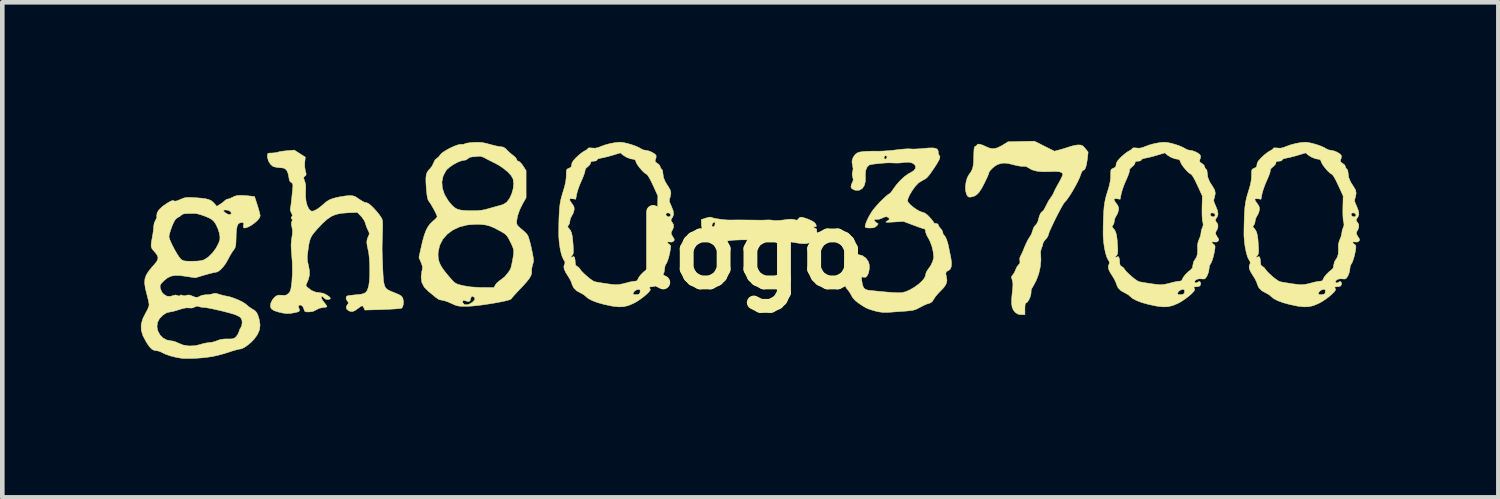
<source format=kicad_pcb>
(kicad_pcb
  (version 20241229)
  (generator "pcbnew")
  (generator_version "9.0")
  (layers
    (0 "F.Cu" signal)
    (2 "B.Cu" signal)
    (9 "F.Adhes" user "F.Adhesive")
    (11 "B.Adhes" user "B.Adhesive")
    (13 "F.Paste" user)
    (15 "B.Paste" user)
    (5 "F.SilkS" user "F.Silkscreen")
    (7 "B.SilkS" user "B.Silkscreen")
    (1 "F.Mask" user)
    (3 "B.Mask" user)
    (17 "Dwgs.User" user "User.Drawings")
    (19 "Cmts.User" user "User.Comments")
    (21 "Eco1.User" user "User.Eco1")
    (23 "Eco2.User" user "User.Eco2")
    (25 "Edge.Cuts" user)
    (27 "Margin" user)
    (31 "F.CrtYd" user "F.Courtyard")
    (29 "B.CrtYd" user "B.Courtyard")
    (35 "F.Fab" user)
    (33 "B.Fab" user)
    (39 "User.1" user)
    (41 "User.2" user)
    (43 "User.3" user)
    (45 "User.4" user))
  (footprint "logo"
    (layer "F.Cu")
    (at 13.19 2.372)
    (property "Reference" "logo" (at 0 0 0) (layer "F.SilkS") (effects (font (size 1.524 1.524) (thickness 0.3))))
    (attr through_hole)
    (fp_poly (pts (xy 1.144 -0.714) (xy 1.214 -0.692) (xy 1.287 -0.662) (xy 1.351 -0.63) (xy 1.389 -0.603) (xy 1.417 -0.566) (xy 1.426 -0.532) (xy 1.416 -0.513) (xy 1.397 -0.515) (xy 1.372 -0.516) (xy 1.368 -0.509) (xy 1.384 -0.489) (xy 1.407 -0.479) (xy 1.435 -0.463) (xy 1.437 -0.451) (xy 1.435 -0.423) (xy 1.444 -0.377) (xy 1.445 -0.373) (xy 1.453 -0.33) (xy 1.442 -0.294) (xy 1.408 -0.249) (xy 1.406 -0.246) (xy 1.357 -0.202) (xy 1.308 -0.174) (xy 1.294 -0.17) (xy 1.239 -0.159) (xy 1.202 -0.15) (xy 1.162 -0.148) (xy 1.099 -0.152) (xy 1.045 -0.159) (xy 0.955 -0.173) (xy 0.856 -0.189) (xy 0.811 -0.197) (xy 0.737 -0.206) (xy 0.634 -0.214) (xy 0.509 -0.221) (xy 0.368 -0.226) (xy 0.219 -0.23) (xy 0.068 -0.232) (xy -0.076 -0.232) (xy -0.208 -0.231) (xy -0.32 -0.227) (xy -0.405 -0.222) (xy -0.445 -0.216) (xy -0.497 -0.208) (xy -0.521 -0.213) (xy -0.527 -0.232) (xy -0.528 -0.237) (xy -0.542 -0.265) (xy -0.574 -0.273) (xy -0.608 -0.26) (xy -0.619 -0.246) (xy -0.65 -0.227) (xy -0.718 -0.215) (xy -0.766 -0.212) (xy -0.839 -0.21) (xy -0.887 -0.216) (xy -0.92 -0.231) (xy -0.946 -0.253) (xy -1.002 -0.328) (xy -1.041 -0.431) (xy -1.059 -0.547) (xy -0.834 -0.547) (xy -0.829 -0.525) (xy -0.805 -0.51) (xy -0.782 -0.527) (xy -0.766 -0.568) (xy -0.766 -0.573) (xy -0.766 -0.61) (xy -0.783 -0.616) (xy -0.789 -0.614) (xy -0.821 -0.586) (xy -0.834 -0.547) (xy -1.059 -0.547) (xy -1.06 -0.55) (xy -1.06 -0.564) (xy -1.065 -0.669) (xy -0.963 -0.703) (xy -0.896 -0.721) (xy -0.853 -0.723) (xy -0.843 -0.718) (xy -0.816 -0.707) (xy -0.759 -0.694) (xy -0.685 -0.682) (xy -0.604 -0.671) (xy -0.525 -0.663) (xy -0.46 -0.661) (xy -0.449 -0.661) (xy -0.392 -0.661) (xy -0.306 -0.662) (xy -0.202 -0.662) (xy -0.088 -0.661) (xy 0.024 -0.66) (xy 0.124 -0.659) (xy 0.176 -0.658) (xy 0.253 -0.658) (xy 0.322 -0.66) (xy 0.361 -0.662) (xy 0.421 -0.662) (xy 0.489 -0.655) (xy 0.495 -0.653) (xy 0.553 -0.649) (xy 0.635 -0.653) (xy 0.726 -0.663) (xy 0.732 -0.664) (xy 0.829 -0.677) (xy 0.898 -0.679) (xy 0.949 -0.67) (xy 0.955 -0.668) (xy 0.999 -0.657) (xy 1.023 -0.665) (xy 1.036 -0.685) (xy 1.068 -0.716) (xy 1.094 -0.723) (xy 1.144 -0.714)) (stroke (width 0.01) (type solid)) (fill yes) (layer "F.SilkS"))
    (fp_poly (pts (xy 6.363 -2.258) (xy 6.579 -2.15) (xy 6.684 -2.178) (xy 6.765 -2.201) (xy 6.856 -2.229) (xy 6.905 -2.246) (xy 6.983 -2.268) (xy 7.06 -2.283) (xy 7.102 -2.286) (xy 7.155 -2.282) (xy 7.194 -2.264) (xy 7.234 -2.223) (xy 7.246 -2.209) (xy 7.308 -2.131) (xy 7.291 -1.978) (xy 7.273 -1.864) (xy 7.251 -1.787) (xy 7.224 -1.746) (xy 7.202 -1.739) (xy 7.182 -1.722) (xy 7.16 -1.679) (xy 7.152 -1.656) (xy 7.123 -1.578) (xy 7.078 -1.482) (xy 7.022 -1.377) (xy 6.962 -1.272) (xy 6.901 -1.176) (xy 6.845 -1.097) (xy 6.8 -1.046) (xy 6.8 -1.046) (xy 6.777 -1.016) (xy 6.743 -0.958) (xy 6.7 -0.88) (xy 6.651 -0.787) (xy 6.601 -0.689) (xy 6.553 -0.59) (xy 6.51 -0.498) (xy 6.476 -0.421) (xy 6.454 -0.365) (xy 6.448 -0.34) (xy 6.434 -0.302) (xy 6.401 -0.256) (xy 6.389 -0.244) (xy 6.352 -0.2) (xy 6.332 -0.16) (xy 6.33 -0.152) (xy 6.322 -0.109) (xy 6.301 -0.058) (xy 6.3 -0.057) (xy 6.279 0.022) (xy 6.282 0.084) (xy 6.287 0.211) (xy 6.272 0.355) (xy 6.24 0.499) (xy 6.192 0.629) (xy 6.183 0.648) (xy 6.147 0.718) (xy 6.115 0.777) (xy 6.093 0.814) (xy 6.089 0.818) (xy 6.075 0.856) (xy 6.074 0.902) (xy 6.069 0.951) (xy 6.051 1.011) (xy 6.025 1.069) (xy 5.995 1.114) (xy 5.969 1.133) (xy 5.967 1.133) (xy 5.952 1.143) (xy 5.943 1.178) (xy 5.94 1.244) (xy 5.94 1.26) (xy 5.94 1.387) (xy 5.86 1.387) (xy 5.793 1.378) (xy 5.739 1.345) (xy 5.725 1.332) (xy 5.687 1.283) (xy 5.663 1.223) (xy 5.652 1.146) (xy 5.653 1.044) (xy 5.665 0.917) (xy 5.676 0.816) (xy 5.68 0.745) (xy 5.678 0.693) (xy 5.669 0.651) (xy 5.665 0.638) (xy 5.65 0.589) (xy 5.654 0.557) (xy 5.679 0.524) (xy 5.68 0.523) (xy 5.713 0.474) (xy 5.741 0.412) (xy 5.743 0.405) (xy 5.768 0.351) (xy 5.799 0.31) (xy 5.805 0.306) (xy 5.831 0.276) (xy 5.832 0.231) (xy 5.83 0.218) (xy 5.828 0.163) (xy 5.84 0.129) (xy 5.857 0.1) (xy 5.883 0.044) (xy 5.914 -0.029) (xy 5.928 -0.066) (xy 5.964 -0.148) (xy 6.001 -0.224) (xy 6.034 -0.279) (xy 6.043 -0.292) (xy 6.08 -0.352) (xy 6.104 -0.421) (xy 6.105 -0.427) (xy 6.128 -0.494) (xy 6.165 -0.544) (xy 6.203 -0.591) (xy 6.224 -0.639) (xy 6.25 -0.738) (xy 6.276 -0.802) (xy 6.305 -0.837) (xy 6.31 -0.84) (xy 6.344 -0.871) (xy 6.368 -0.913) (xy 6.451 -1.074) (xy 6.51 -1.161) (xy 6.542 -1.209) (xy 6.562 -1.246) (xy 6.565 -1.256) (xy 6.574 -1.28) (xy 6.599 -1.33) (xy 6.635 -1.397) (xy 6.663 -1.446) (xy 6.704 -1.521) (xy 6.737 -1.587) (xy 6.757 -1.633) (xy 6.76 -1.649) (xy 6.743 -1.683) (xy 6.691 -1.704) (xy 6.603 -1.712) (xy 6.479 -1.708) (xy 6.478 -1.708) (xy 6.324 -1.705) (xy 6.192 -1.719) (xy 6.087 -1.749) (xy 6.023 -1.787) (xy 5.965 -1.82) (xy 5.908 -1.822) (xy 5.86 -1.823) (xy 5.789 -1.834) (xy 5.71 -1.852) (xy 5.702 -1.854) (xy 5.588 -1.882) (xy 5.499 -1.893) (xy 5.424 -1.886) (xy 5.353 -1.863) (xy 5.343 -1.859) (xy 5.286 -1.824) (xy 5.23 -1.777) (xy 5.185 -1.728) (xy 5.16 -1.685) (xy 5.158 -1.674) (xy 5.15 -1.648) (xy 5.128 -1.595) (xy 5.094 -1.524) (xy 5.059 -1.451) (xy 5 -1.34) (xy 4.947 -1.261) (xy 4.896 -1.208) (xy 4.84 -1.175) (xy 4.779 -1.159) (xy 4.732 -1.156) (xy 4.704 -1.172) (xy 4.679 -1.212) (xy 4.657 -1.288) (xy 4.653 -1.383) (xy 4.666 -1.484) (xy 4.693 -1.577) (xy 4.73 -1.643) (xy 4.771 -1.701) (xy 4.8 -1.758) (xy 4.818 -1.823) (xy 4.828 -1.906) (xy 4.832 -2.017) (xy 4.832 -2.037) (xy 4.835 -2.132) (xy 4.839 -2.194) (xy 4.846 -2.232) (xy 4.857 -2.251) (xy 4.87 -2.258) (xy 4.899 -2.276) (xy 4.904 -2.287) (xy 4.92 -2.304) (xy 4.963 -2.301) (xy 5.027 -2.281) (xy 5.085 -2.254) (xy 5.178 -2.215) (xy 5.26 -2.204) (xy 5.341 -2.222) (xy 5.435 -2.268) (xy 5.452 -2.278) (xy 5.575 -2.354) (xy 5.861 -2.361) (xy 6.146 -2.367) (xy 6.363 -2.258)) (stroke (width 0.01) (type solid)) (fill yes) (layer "F.SilkS"))
    (fp_poly (pts (xy -5.804 -2.337) (xy -5.72 -2.32) (xy -5.638 -2.298) (xy -5.552 -2.275) (xy -5.473 -2.257) (xy -5.414 -2.248) (xy -5.398 -2.247) (xy -5.343 -2.237) (xy -5.294 -2.202) (xy -5.276 -2.182) (xy -5.222 -2.129) (xy -5.158 -2.075) (xy -5.139 -2.062) (xy -5.092 -2.022) (xy -5.064 -1.984) (xy -5.06 -1.971) (xy -5.045 -1.94) (xy -5.023 -1.934) (xy -4.989 -1.917) (xy -4.945 -1.867) (xy -4.921 -1.832) (xy -4.855 -1.73) (xy -4.855 -1.143) (xy -4.93 -1.011) (xy -4.994 -0.881) (xy -5.038 -0.754) (xy -5.059 -0.64) (xy -5.06 -0.611) (xy -5.055 -0.572) (xy -5.035 -0.537) (xy -4.994 -0.496) (xy -4.958 -0.467) (xy -4.899 -0.417) (xy -4.848 -0.367) (xy -4.822 -0.334) (xy -4.805 -0.295) (xy -4.784 -0.227) (xy -4.76 -0.139) (xy -4.738 -0.041) (xy -4.736 -0.031) (xy -4.715 0.072) (xy -4.701 0.146) (xy -4.695 0.198) (xy -4.696 0.237) (xy -4.703 0.272) (xy -4.715 0.31) (xy -4.731 0.376) (xy -4.737 0.435) (xy -4.735 0.453) (xy -4.735 0.496) (xy -4.752 0.546) (xy -4.789 0.608) (xy -4.85 0.685) (xy -4.936 0.781) (xy -4.993 0.84) (xy -5.06 0.911) (xy -5.117 0.973) (xy -5.158 1.02) (xy -5.178 1.046) (xy -5.179 1.048) (xy -5.202 1.062) (xy -5.257 1.078) (xy -5.338 1.098) (xy -5.439 1.118) (xy -5.554 1.139) (xy -5.675 1.158) (xy -5.798 1.176) (xy -5.915 1.191) (xy -6.02 1.201) (xy -6.108 1.207) (xy -6.135 1.208) (xy -6.229 1.207) (xy -6.297 1.204) (xy -6.35 1.194) (xy -6.4 1.177) (xy -6.461 1.149) (xy -6.477 1.142) (xy -6.551 1.109) (xy -6.614 1.088) (xy -6.228 1.088) (xy -6.226 1.122) (xy -6.223 1.132) (xy -6.195 1.165) (xy -6.147 1.174) (xy -6.087 1.161) (xy -6.026 1.125) (xy -6.013 1.115) (xy -5.974 1.075) (xy -5.962 1.047) (xy -5.971 1.022) (xy -6.004 0.991) (xy -6.035 0.994) (xy -6.053 1.031) (xy -6.054 1.036) (xy -6.067 1.086) (xy -6.094 1.104) (xy -6.144 1.095) (xy -6.152 1.092) (xy -6.205 1.079) (xy -6.228 1.088) (xy -6.614 1.088) (xy -6.622 1.085) (xy -6.673 1.075) (xy -6.677 1.075) (xy -6.742 1.06) (xy -6.812 1.012) (xy -6.814 1.01) (xy -6.876 0.958) (xy -6.946 0.901) (xy -6.971 0.881) (xy -7.059 0.792) (xy -7.111 0.691) (xy -7.127 0.574) (xy -7.112 0.458) (xy -7.099 0.394) (xy -7.098 0.346) (xy -7.113 0.295) (xy -7.13 0.253) (xy -7.174 0.151) (xy -7.162 0.095) (xy -6.76 0.095) (xy -6.755 0.172) (xy -6.737 0.245) (xy -6.705 0.319) (xy -6.654 0.4) (xy -6.581 0.495) (xy -6.484 0.608) (xy -6.448 0.648) (xy -6.409 0.687) (xy -6.369 0.714) (xy -6.317 0.735) (xy -6.241 0.754) (xy -6.213 0.761) (xy -6.051 0.787) (xy -5.858 0.799) (xy -5.799 0.799) (xy -5.55 0.801) (xy -5.52 0.743) (xy -5.485 0.699) (xy -5.431 0.653) (xy -5.401 0.633) (xy -5.315 0.565) (xy -5.234 0.465) (xy -5.195 0.403) (xy -5.182 0.368) (xy -5.167 0.306) (xy -5.151 0.229) (xy -5.137 0.148) (xy -5.126 0.075) (xy -5.125 0.059) (xy -5.123 0.008) (xy -5.132 -0.041) (xy -5.154 -0.101) (xy -5.193 -0.183) (xy -5.195 -0.186) (xy -5.233 -0.26) (xy -5.264 -0.311) (xy -5.298 -0.348) (xy -5.345 -0.382) (xy -5.415 -0.422) (xy -5.436 -0.433) (xy -5.547 -0.492) (xy -5.642 -0.531) (xy -5.733 -0.554) (xy -5.834 -0.566) (xy -5.944 -0.568) (xy -6.128 -0.554) (xy -6.294 -0.512) (xy -6.44 -0.444) (xy -6.562 -0.354) (xy -6.658 -0.244) (xy -6.724 -0.115) (xy -6.757 0.028) (xy -6.76 0.095) (xy -7.162 0.095) (xy -7.131 -0.046) (xy -7.094 -0.209) (xy -7.057 -0.338) (xy -7.018 -0.441) (xy -6.974 -0.522) (xy -6.923 -0.588) (xy -6.862 -0.645) (xy -6.848 -0.656) (xy -6.806 -0.694) (xy -6.782 -0.726) (xy -6.78 -0.734) (xy -6.789 -0.766) (xy -6.814 -0.82) (xy -6.848 -0.887) (xy -6.887 -0.956) (xy -6.924 -1.018) (xy -6.954 -1.061) (xy -6.959 -1.066) (xy -6.975 -1.093) (xy -6.989 -1.137) (xy -7 -1.203) (xy -7.01 -1.299) (xy -7.015 -1.354) (xy -7.023 -1.478) (xy -7.023 -1.486) (xy -6.677 -1.486) (xy -6.667 -1.353) (xy -6.622 -1.216) (xy -6.542 -1.08) (xy -6.476 -1) (xy -6.425 -0.948) (xy -6.375 -0.911) (xy -6.317 -0.886) (xy -6.244 -0.872) (xy -6.146 -0.864) (xy -6.035 -0.862) (xy -5.923 -0.863) (xy -5.833 -0.87) (xy -5.749 -0.885) (xy -5.654 -0.911) (xy -5.566 -0.936) (xy -5.483 -0.959) (xy -5.418 -0.976) (xy -5.402 -0.98) (xy -5.337 -1.005) (xy -5.278 -1.043) (xy -5.272 -1.049) (xy -5.213 -1.126) (xy -5.166 -1.227) (xy -5.135 -1.338) (xy -5.123 -1.447) (xy -5.135 -1.541) (xy -5.137 -1.549) (xy -5.176 -1.62) (xy -5.246 -1.697) (xy -5.339 -1.775) (xy -5.449 -1.849) (xy -5.53 -1.892) (xy -5.612 -1.933) (xy -5.689 -1.972) (xy -5.748 -2.004) (xy -5.764 -2.013) (xy -5.839 -2.041) (xy -5.888 -2.04) (xy -5.947 -2.032) (xy -6.014 -2.028) (xy -6.014 -2.028) (xy -6.081 -2.016) (xy -6.111 -1.991) (xy -6.154 -1.961) (xy -6.197 -1.954) (xy -6.261 -1.941) (xy -6.341 -1.909) (xy -6.427 -1.862) (xy -6.507 -1.808) (xy -6.569 -1.754) (xy -6.587 -1.732) (xy -6.65 -1.614) (xy -6.677 -1.486) (xy -7.023 -1.486) (xy -7.023 -1.572) (xy -7.015 -1.642) (xy -6.995 -1.696) (xy -6.963 -1.742) (xy -6.929 -1.777) (xy -6.888 -1.83) (xy -6.859 -1.892) (xy -6.858 -1.895) (xy -6.827 -1.96) (xy -6.789 -1.993) (xy -6.743 -2.031) (xy -6.716 -2.068) (xy -6.684 -2.104) (xy -6.624 -2.147) (xy -6.548 -2.192) (xy -6.463 -2.235) (xy -6.38 -2.27) (xy -6.31 -2.293) (xy -6.26 -2.299) (xy -6.259 -2.299) (xy -6.21 -2.298) (xy -6.177 -2.311) (xy -6.177 -2.311) (xy -6.148 -2.322) (xy -6.091 -2.331) (xy -6.016 -2.339) (xy -5.984 -2.341) (xy -5.886 -2.343) (xy -5.804 -2.337)) (stroke (width 0.01) (type solid)) (fill yes) (layer "F.SilkS"))
    (fp_poly (pts (xy -9.752 -2.098) (xy -9.633 -2.022) (xy -9.644 -1.913) (xy -9.646 -1.815) (xy -9.632 -1.726) (xy -9.63 -1.72) (xy -9.616 -1.666) (xy -9.617 -1.636) (xy -9.634 -1.615) (xy -9.642 -1.61) (xy -9.663 -1.591) (xy -9.668 -1.568) (xy -9.656 -1.528) (xy -9.647 -1.504) (xy -9.627 -1.432) (xy -9.623 -1.345) (xy -9.626 -1.294) (xy -9.628 -1.175) (xy -9.616 -1.064) (xy -9.59 -0.968) (xy -9.555 -0.899) (xy -9.543 -0.886) (xy -9.511 -0.857) (xy -9.483 -0.85) (xy -9.443 -0.862) (xy -9.425 -0.869) (xy -9.37 -0.9) (xy -9.306 -0.946) (xy -9.261 -0.985) (xy -9.19 -1.047) (xy -9.124 -1.091) (xy -9.052 -1.122) (xy -8.961 -1.147) (xy -8.892 -1.161) (xy -8.77 -1.181) (xy -8.678 -1.19) (xy -8.61 -1.186) (xy -8.558 -1.17) (xy -8.536 -1.158) (xy -8.454 -1.103) (xy -8.397 -1.067) (xy -8.358 -1.047) (xy -8.329 -1.037) (xy -8.308 -1.036) (xy -8.272 -1.021) (xy -8.219 -0.981) (xy -8.157 -0.921) (xy -8.092 -0.85) (xy -8.03 -0.773) (xy -8.007 -0.739) (xy -7.987 -0.709) (xy -7.973 -0.681) (xy -7.964 -0.649) (xy -7.96 -0.605) (xy -7.959 -0.542) (xy -7.961 -0.453) (xy -7.963 -0.365) (xy -7.966 -0.256) (xy -7.969 -0.17) (xy -7.97 -0.101) (xy -7.971 -0.039) (xy -7.97 0.023) (xy -7.968 0.095) (xy -7.965 0.184) (xy -7.96 0.298) (xy -7.957 0.385) (xy -7.95 0.526) (xy -7.942 0.635) (xy -7.93 0.715) (xy -7.913 0.774) (xy -7.887 0.816) (xy -7.85 0.847) (xy -7.801 0.873) (xy -7.755 0.892) (xy -7.665 0.928) (xy -7.604 0.955) (xy -7.566 0.977) (xy -7.543 0.998) (xy -7.528 1.023) (xy -7.522 1.036) (xy -7.509 1.096) (xy -7.512 1.163) (xy -7.528 1.22) (xy -7.547 1.246) (xy -7.573 1.252) (xy -7.632 1.259) (xy -7.717 1.265) (xy -7.823 1.271) (xy -7.941 1.276) (xy -7.958 1.277) (xy -8.344 1.288) (xy -8.366 1.24) (xy -8.384 1.206) (xy -8.404 1.196) (xy -8.434 1.209) (xy -8.484 1.246) (xy -8.488 1.25) (xy -8.557 1.298) (xy -8.61 1.32) (xy -8.658 1.317) (xy -8.689 1.305) (xy -8.737 1.268) (xy -8.749 1.221) (xy -8.723 1.171) (xy -8.7 1.14) (xy -8.705 1.116) (xy -8.721 1.097) (xy -8.749 1.049) (xy -8.748 1.006) (xy -8.73 0.984) (xy -8.7 0.976) (xy -8.642 0.968) (xy -8.567 0.96) (xy -8.535 0.957) (xy -8.433 0.947) (xy -8.363 0.929) (xy -8.317 0.899) (xy -8.287 0.851) (xy -8.265 0.779) (xy -8.261 0.765) (xy -8.248 0.676) (xy -8.24 0.561) (xy -8.238 0.429) (xy -8.24 0.293) (xy -8.248 0.165) (xy -8.26 0.054) (xy -8.272 -0.006) (xy -8.293 -0.101) (xy -8.302 -0.171) (xy -8.298 -0.225) (xy -8.283 -0.276) (xy -8.271 -0.302) (xy -8.251 -0.348) (xy -8.25 -0.382) (xy -8.267 -0.423) (xy -8.278 -0.444) (xy -8.308 -0.51) (xy -8.329 -0.576) (xy -8.331 -0.586) (xy -8.356 -0.649) (xy -8.406 -0.719) (xy -8.424 -0.74) (xy -8.505 -0.825) (xy -8.712 -0.817) (xy -8.854 -0.806) (xy -8.969 -0.782) (xy -9.067 -0.741) (xy -9.161 -0.677) (xy -9.26 -0.587) (xy -9.294 -0.552) (xy -9.381 -0.459) (xy -9.445 -0.385) (xy -9.491 -0.322) (xy -9.522 -0.261) (xy -9.543 -0.195) (xy -9.559 -0.115) (xy -9.57 -0.038) (xy -9.583 0.06) (xy -9.59 0.131) (xy -9.59 0.187) (xy -9.584 0.239) (xy -9.57 0.3) (xy -9.565 0.321) (xy -9.543 0.439) (xy -9.544 0.537) (xy -9.569 0.632) (xy -9.593 0.687) (xy -9.614 0.734) (xy -9.617 0.762) (xy -9.6 0.784) (xy -9.586 0.797) (xy -9.497 0.865) (xy -9.41 0.9) (xy -9.339 0.909) (xy -9.242 0.925) (xy -9.165 0.964) (xy -9.11 1.004) (xy -9.089 1.032) (xy -9.101 1.05) (xy -9.136 1.06) (xy -9.186 1.056) (xy -9.231 1.022) (xy -9.262 0.992) (xy -9.279 0.991) (xy -9.287 1.004) (xy -9.282 1.038) (xy -9.251 1.089) (xy -9.231 1.115) (xy -9.193 1.163) (xy -9.169 1.2) (xy -9.164 1.213) (xy -9.181 1.224) (xy -9.224 1.231) (xy -9.241 1.231) (xy -9.334 1.25) (xy -9.39 1.28) (xy -9.468 1.318) (xy -9.555 1.329) (xy -9.612 1.327) (xy -9.642 1.317) (xy -9.656 1.292) (xy -9.661 1.271) (xy -9.686 1.212) (xy -9.723 1.18) (xy -9.761 1.18) (xy -9.783 1.204) (xy -9.779 1.226) (xy -9.76 1.277) (xy -9.76 1.307) (xy -9.786 1.325) (xy -9.842 1.34) (xy -9.862 1.344) (xy -9.952 1.36) (xy -10.028 1.364) (xy -10.105 1.355) (xy -10.201 1.334) (xy -10.217 1.33) (xy -10.307 1.301) (xy -10.363 1.265) (xy -10.387 1.219) (xy -10.384 1.157) (xy -10.377 1.134) (xy -10.346 1.069) (xy -10.3 1.012) (xy -10.294 1.007) (xy -10.25 0.976) (xy -10.206 0.964) (xy -10.144 0.967) (xy -10.143 0.967) (xy -10.081 0.971) (xy -10.039 0.96) (xy -10 0.931) (xy -9.976 0.905) (xy -9.958 0.873) (xy -9.945 0.828) (xy -9.934 0.759) (xy -9.924 0.683) (xy -9.912 0.483) (xy -9.915 0.254) (xy -9.935 -0.002) (xy -9.938 -0.027) (xy -9.941 -0.131) (xy -9.93 -0.245) (xy -9.925 -0.278) (xy -9.911 -0.366) (xy -9.91 -0.432) (xy -9.92 -0.493) (xy -9.922 -0.501) (xy -9.935 -0.569) (xy -9.93 -0.616) (xy -9.924 -0.629) (xy -9.912 -0.665) (xy -9.927 -0.685) (xy -9.942 -0.703) (xy -9.927 -0.731) (xy -9.927 -0.731) (xy -9.912 -0.759) (xy -9.922 -0.792) (xy -9.935 -0.813) (xy -9.959 -0.879) (xy -9.955 -0.916) (xy -9.947 -0.961) (xy -9.937 -1.038) (xy -9.926 -1.143) (xy -9.913 -1.268) (xy -9.901 -1.397) (xy -9.906 -1.445) (xy -9.935 -1.472) (xy -9.938 -1.474) (xy -9.966 -1.496) (xy -9.982 -1.539) (xy -9.989 -1.588) (xy -10.003 -1.657) (xy -10.026 -1.718) (xy -10.037 -1.735) (xy -10.068 -1.768) (xy -10.107 -1.785) (xy -10.168 -1.792) (xy -10.182 -1.793) (xy -10.25 -1.8) (xy -10.31 -1.813) (xy -10.332 -1.821) (xy -10.387 -1.868) (xy -10.43 -1.938) (xy -10.452 -2.017) (xy -10.453 -2.039) (xy -10.451 -2.083) (xy -10.439 -2.104) (xy -10.405 -2.11) (xy -10.366 -2.11) (xy -10.3 -2.115) (xy -10.241 -2.125) (xy -10.23 -2.129) (xy -10.186 -2.14) (xy -10.117 -2.151) (xy -10.037 -2.16) (xy -10.025 -2.161) (xy -9.871 -2.174) (xy -9.752 -2.098)) (stroke (width 0.01) (type solid)) (fill yes) (layer "F.SilkS"))
    (fp_poly (pts (xy 4.011 -2.211) (xy 4.046 -2.19) (xy 4.062 -2.156) (xy 4.064 -2.131) (xy 4.07 -2.086) (xy 4.084 -2.061) (xy 4.1 -2.04) (xy 4.098 -2.004) (xy 4.077 -1.951) (xy 4.033 -1.875) (xy 3.967 -1.773) (xy 3.963 -1.768) (xy 3.902 -1.679) (xy 3.855 -1.617) (xy 3.817 -1.575) (xy 3.78 -1.547) (xy 3.739 -1.526) (xy 3.73 -1.521) (xy 3.64 -1.467) (xy 3.56 -1.382) (xy 3.559 -1.38) (xy 3.495 -1.289) (xy 3.444 -1.202) (xy 3.411 -1.128) (xy 3.4 -1.076) (xy 3.416 -1.041) (xy 3.457 -0.995) (xy 3.515 -0.945) (xy 3.582 -0.897) (xy 3.647 -0.858) (xy 3.703 -0.835) (xy 3.714 -0.832) (xy 3.77 -0.813) (xy 3.828 -0.771) (xy 3.875 -0.724) (xy 3.921 -0.672) (xy 3.954 -0.63) (xy 3.966 -0.607) (xy 3.983 -0.591) (xy 4.015 -0.586) (xy 4.054 -0.576) (xy 4.064 -0.558) (xy 4.077 -0.526) (xy 4.108 -0.485) (xy 4.113 -0.48) (xy 4.146 -0.437) (xy 4.162 -0.396) (xy 4.162 -0.393) (xy 4.171 -0.355) (xy 4.181 -0.342) (xy 4.213 -0.305) (xy 4.245 -0.239) (xy 4.273 -0.151) (xy 4.29 -0.078) (xy 4.307 0.011) (xy 4.327 0.106) (xy 4.338 0.16) (xy 4.352 0.266) (xy 4.346 0.35) (xy 4.32 0.407) (xy 4.29 0.43) (xy 4.245 0.453) (xy 4.228 0.487) (xy 4.235 0.541) (xy 4.241 0.564) (xy 4.253 0.644) (xy 4.236 0.721) (xy 4.186 0.799) (xy 4.113 0.875) (xy 4.054 0.937) (xy 4.001 1.001) (xy 3.968 1.052) (xy 3.931 1.108) (xy 3.888 1.136) (xy 3.864 1.143) (xy 3.815 1.159) (xy 3.747 1.189) (xy 3.674 1.227) (xy 3.673 1.227) (xy 3.613 1.259) (xy 3.561 1.281) (xy 3.507 1.295) (xy 3.437 1.304) (xy 3.342 1.312) (xy 3.331 1.313) (xy 3.225 1.32) (xy 3.117 1.328) (xy 3.022 1.335) (xy 2.98 1.338) (xy 2.871 1.339) (xy 2.766 1.325) (xy 2.698 1.308) (xy 2.615 1.284) (xy 2.553 1.263) (xy 2.5 1.239) (xy 2.441 1.205) (xy 2.366 1.156) (xy 2.351 1.146) (xy 2.267 1.081) (xy 2.213 1.02) (xy 2.194 0.987) (xy 2.157 0.919) (xy 2.11 0.853) (xy 2.103 0.845) (xy 2.08 0.818) (xy 2.065 0.792) (xy 2.054 0.76) (xy 2.048 0.714) (xy 2.044 0.647) (xy 2.041 0.551) (xy 2.04 0.506) (xy 2.037 0.371) (xy 2.04 0.27) (xy 2.049 0.197) (xy 2.067 0.148) (xy 2.095 0.116) (xy 2.136 0.098) (xy 2.191 0.088) (xy 2.194 0.088) (xy 2.32 0.084) (xy 2.421 0.109) (xy 2.499 0.164) (xy 2.552 0.24) (xy 2.572 0.31) (xy 2.573 0.396) (xy 2.556 0.482) (xy 2.529 0.542) (xy 2.497 0.576) (xy 2.458 0.579) (xy 2.448 0.577) (xy 2.418 0.571) (xy 2.405 0.58) (xy 2.405 0.613) (xy 2.41 0.655) (xy 2.426 0.745) (xy 2.45 0.804) (xy 2.486 0.838) (xy 2.542 0.857) (xy 2.579 0.862) (xy 2.769 0.882) (xy 2.935 0.897) (xy 3.074 0.908) (xy 3.183 0.913) (xy 3.258 0.912) (xy 3.28 0.911) (xy 3.364 0.889) (xy 3.456 0.848) (xy 3.549 0.793) (xy 3.636 0.73) (xy 3.71 0.664) (xy 3.763 0.6) (xy 3.789 0.543) (xy 3.79 0.529) (xy 3.803 0.474) (xy 3.835 0.419) (xy 3.837 0.417) (xy 3.9 0.328) (xy 3.944 0.237) (xy 3.965 0.155) (xy 3.966 0.137) (xy 3.954 0.024) (xy 3.926 -0.096) (xy 3.885 -0.205) (xy 3.852 -0.266) (xy 3.817 -0.328) (xy 3.795 -0.386) (xy 3.79 -0.414) (xy 3.782 -0.455) (xy 3.765 -0.469) (xy 3.737 -0.476) (xy 3.681 -0.493) (xy 3.606 -0.52) (xy 3.525 -0.55) (xy 3.312 -0.63) (xy 3.107 -0.618) (xy 3.017 -0.613) (xy 2.961 -0.612) (xy 2.934 -0.614) (xy 2.931 -0.62) (xy 2.948 -0.632) (xy 2.955 -0.636) (xy 2.999 -0.667) (xy 3.004 -0.695) (xy 2.973 -0.721) (xy 2.97 -0.723) (xy 2.935 -0.732) (xy 2.89 -0.721) (xy 2.851 -0.702) (xy 2.78 -0.676) (xy 2.725 -0.673) (xy 2.723 -0.673) (xy 2.688 -0.675) (xy 2.677 -0.666) (xy 2.691 -0.635) (xy 2.724 -0.603) (xy 2.756 -0.586) (xy 2.76 -0.586) (xy 2.763 -0.574) (xy 2.742 -0.545) (xy 2.735 -0.537) (xy 2.699 -0.507) (xy 2.655 -0.492) (xy 2.588 -0.488) (xy 2.585 -0.488) (xy 2.522 -0.491) (xy 2.489 -0.501) (xy 2.481 -0.518) (xy 2.492 -0.573) (xy 2.522 -0.65) (xy 2.565 -0.738) (xy 2.618 -0.827) (xy 2.645 -0.867) (xy 2.69 -0.924) (xy 2.748 -0.99) (xy 2.812 -1.059) (xy 2.878 -1.123) (xy 2.937 -1.178) (xy 2.983 -1.216) (xy 3.011 -1.231) (xy 3.012 -1.231) (xy 3.031 -1.246) (xy 3.061 -1.285) (xy 3.082 -1.316) (xy 3.155 -1.418) (xy 3.24 -1.514) (xy 3.33 -1.598) (xy 3.415 -1.659) (xy 3.456 -1.681) (xy 3.53 -1.725) (xy 3.568 -1.772) (xy 3.575 -1.819) (xy 3.552 -1.861) (xy 3.504 -1.893) (xy 3.432 -1.911) (xy 3.339 -1.909) (xy 3.315 -1.905) (xy 3.245 -1.896) (xy 3.166 -1.893) (xy 3.065 -1.896) (xy 3.033 -1.898) (xy 2.978 -1.898) (xy 2.901 -1.894) (xy 2.814 -1.887) (xy 2.727 -1.878) (xy 2.651 -1.869) (xy 2.596 -1.859) (xy 2.574 -1.853) (xy 2.525 -1.807) (xy 2.494 -1.732) (xy 2.486 -1.638) (xy 2.488 -1.603) (xy 2.487 -1.495) (xy 2.463 -1.406) (xy 2.419 -1.342) (xy 2.358 -1.306) (xy 2.283 -1.303) (xy 2.253 -1.31) (xy 2.195 -1.339) (xy 2.174 -1.377) (xy 2.186 -1.432) (xy 2.199 -1.459) (xy 2.222 -1.512) (xy 2.222 -1.556) (xy 2.213 -1.585) (xy 2.201 -1.657) (xy 2.211 -1.701) (xy 2.222 -1.769) (xy 2.209 -1.848) (xy 2.198 -1.912) (xy 2.202 -1.96) (xy 2.218 -2.002) (xy 2.224 -2.012) (xy 2.892 -2.012) (xy 2.901 -1.979) (xy 2.926 -1.979) (xy 2.948 -2) (xy 2.959 -2.031) (xy 2.936 -2.05) (xy 2.918 -2.052) (xy 2.897 -2.035) (xy 2.892 -2.012) (xy 2.224 -2.012) (xy 2.244 -2.049) (xy 2.273 -2.085) (xy 2.311 -2.112) (xy 2.363 -2.131) (xy 2.435 -2.142) (xy 2.531 -2.148) (xy 2.657 -2.151) (xy 2.774 -2.15) (xy 2.865 -2.153) (xy 2.978 -2.16) (xy 3.096 -2.171) (xy 3.172 -2.181) (xy 3.269 -2.192) (xy 3.358 -2.199) (xy 3.427 -2.202) (xy 3.465 -2.199) (xy 3.51 -2.196) (xy 3.582 -2.198) (xy 3.671 -2.203) (xy 3.742 -2.21) (xy 3.863 -2.22) (xy 3.952 -2.221) (xy 4.011 -2.211)) (stroke (width 0.01) (type solid)) (fill yes) (layer "F.SilkS"))
    (fp_poly (pts (xy -2.751 -2.337) (xy -2.664 -2.318) (xy -2.569 -2.291) (xy -2.48 -2.259) (xy -2.409 -2.227) (xy -2.378 -2.208) (xy -2.322 -2.179) (xy -2.265 -2.169) (xy -2.21 -2.159) (xy -2.144 -2.133) (xy -2.115 -2.118) (xy -2.063 -2.084) (xy -2.04 -2.052) (xy -2.042 -2.01) (xy -2.063 -1.947) (xy -2.055 -1.916) (xy -2.014 -1.886) (xy -1.969 -1.851) (xy -1.954 -1.816) (xy -1.941 -1.779) (xy -1.925 -1.766) (xy -1.902 -1.736) (xy -1.895 -1.678) (xy -1.882 -1.582) (xy -1.841 -1.483) (xy -1.78 -1.387) (xy -1.735 -1.31) (xy -1.721 -1.239) (xy -1.736 -1.159) (xy -1.743 -1.139) (xy -1.754 -1.099) (xy -1.753 -1.061) (xy -1.736 -1.014) (xy -1.714 -0.967) (xy -1.673 -0.864) (xy -1.663 -0.783) (xy -1.682 -0.725) (xy -1.69 -0.716) (xy -1.714 -0.679) (xy -1.719 -0.658) (xy -1.706 -0.623) (xy -1.69 -0.606) (xy -1.666 -0.563) (xy -1.664 -0.506) (xy -1.685 -0.449) (xy -1.691 -0.441) (xy -1.715 -0.395) (xy -1.712 -0.351) (xy -1.679 -0.296) (xy -1.677 -0.293) (xy -1.651 -0.251) (xy -1.649 -0.224) (xy -1.661 -0.205) (xy -1.7 -0.183) (xy -1.742 -0.186) (xy -1.785 -0.188) (xy -1.797 -0.172) (xy -1.773 -0.146) (xy -1.758 -0.137) (xy -1.734 -0.117) (xy -1.726 -0.084) (xy -1.731 -0.033) (xy -1.747 0.056) (xy -1.768 0.143) (xy -1.792 0.219) (xy -1.815 0.274) (xy -1.829 0.295) (xy -1.847 0.328) (xy -1.856 0.381) (xy -1.856 0.394) (xy -1.868 0.467) (xy -1.897 0.541) (xy -1.9 0.547) (xy -1.93 0.595) (xy -1.956 0.615) (xy -1.993 0.616) (xy -2.015 0.613) (xy -2.081 0.612) (xy -2.134 0.629) (xy -2.165 0.659) (xy -2.169 0.675) (xy -2.155 0.699) (xy -2.124 0.699) (xy -2.095 0.68) (xy -2.066 0.668) (xy -2.044 0.686) (xy -2.037 0.723) (xy -2.041 0.74) (xy -2.062 0.77) (xy -2.105 0.781) (xy -2.121 0.782) (xy -2.172 0.787) (xy -2.187 0.804) (xy -2.168 0.834) (xy -2.169 0.857) (xy -2.198 0.896) (xy -2.247 0.946) (xy -2.312 1) (xy -2.385 1.055) (xy -2.461 1.105) (xy -2.53 1.143) (xy -2.642 1.19) (xy -2.743 1.215) (xy -2.85 1.219) (xy -2.975 1.205) (xy -2.999 1.201) (xy -3.166 1.166) (xy -3.31 1.126) (xy -3.426 1.082) (xy -3.51 1.037) (xy -3.545 1.008) (xy -3.6 0.961) (xy -3.647 0.932) (xy -2.54 0.932) (xy -2.527 0.951) (xy -2.485 0.955) (xy -2.467 0.954) (xy -2.417 0.946) (xy -2.395 0.926) (xy -2.387 0.894) (xy -2.388 0.855) (xy -2.41 0.841) (xy -2.425 0.84) (xy -2.474 0.854) (xy -2.517 0.886) (xy -2.539 0.925) (xy -2.54 0.932) (xy -3.647 0.932) (xy -3.661 0.924) (xy -3.673 0.919) (xy -3.761 0.871) (xy -3.826 0.806) (xy -3.86 0.733) (xy -3.861 0.728) (xy -3.879 0.675) (xy -3.913 0.609) (xy -3.941 0.563) (xy -3.999 0.471) (xy -4.031 0.4) (xy -4.038 0.344) (xy -4.025 0.303) (xy -4.012 0.267) (xy -4.02 0.233) (xy -4.042 0.199) (xy -4.072 0.138) (xy -4.099 0.048) (xy -4.122 -0.063) (xy -4.139 -0.185) (xy -4.148 -0.309) (xy -4.149 -0.381) (xy -4.147 -0.525) (xy -3.956 -0.525) (xy -3.948 -0.502) (xy -3.929 -0.481) (xy -3.898 -0.441) (xy -3.875 -0.393) (xy -3.859 -0.329) (xy -3.847 -0.241) (xy -3.838 -0.133) (xy -3.833 -0.039) (xy -3.832 0.024) (xy -3.836 0.065) (xy -3.846 0.09) (xy -3.856 0.102) (xy -3.884 0.136) (xy -3.882 0.149) (xy -3.852 0.139) (xy -3.851 0.138) (xy -3.821 0.13) (xy -3.805 0.153) (xy -3.803 0.162) (xy -3.794 0.213) (xy -3.791 0.267) (xy -3.782 0.318) (xy -3.752 0.342) (xy -3.751 0.342) (xy -3.713 0.368) (xy -3.686 0.404) (xy -3.657 0.443) (xy -3.607 0.494) (xy -3.545 0.55) (xy -3.48 0.604) (xy -3.422 0.647) (xy -3.379 0.671) (xy -3.37 0.674) (xy -3.285 0.69) (xy -3.186 0.706) (xy -3.085 0.721) (xy -2.994 0.733) (xy -2.925 0.739) (xy -2.911 0.74) (xy -2.845 0.735) (xy -2.762 0.72) (xy -2.696 0.703) (xy -2.621 0.683) (xy -2.551 0.669) (xy -2.508 0.664) (xy -2.461 0.657) (xy -2.438 0.63) (xy -2.435 0.62) (xy -2.413 0.576) (xy -2.368 0.519) (xy -2.312 0.463) (xy -2.254 0.417) (xy -2.252 0.415) (xy -2.218 0.376) (xy -2.208 0.318) (xy -2.189 0.238) (xy -2.159 0.192) (xy -2.128 0.142) (xy -2.11 0.078) (xy -2.104 -0.008) (xy -2.107 -0.098) (xy -2.101 -0.16) (xy -2.079 -0.228) (xy -2.072 -0.243) (xy -2.046 -0.306) (xy -2.033 -0.367) (xy -2.032 -0.38) (xy -2.022 -0.442) (xy -2.002 -0.496) (xy -1.983 -0.549) (xy -1.989 -0.603) (xy -1.994 -0.618) (xy -2.002 -0.667) (xy -2.008 -0.745) (xy -2.009 -0.775) (xy -1.831 -0.775) (xy -1.817 -0.752) (xy -1.78 -0.729) (xy -1.744 -0.734) (xy -1.723 -0.765) (xy -1.734 -0.795) (xy -1.766 -0.813) (xy -1.804 -0.814) (xy -1.822 -0.804) (xy -1.831 -0.775) (xy -2.009 -0.775) (xy -2.01 -0.846) (xy -2.009 -0.933) (xy -2.003 -1.182) (xy -2.107 -1.411) (xy -2.158 -1.517) (xy -2.201 -1.594) (xy -2.233 -1.64) (xy -2.248 -1.651) (xy -2.287 -1.676) (xy -2.337 -1.723) (xy -2.39 -1.783) (xy -2.437 -1.844) (xy -2.468 -1.897) (xy -2.475 -1.918) (xy -2.494 -1.961) (xy -2.518 -1.973) (xy -2.596 -1.986) (xy -2.681 -2.018) (xy -2.752 -2.062) (xy -2.755 -2.064) (xy -2.815 -2.114) (xy -2.975 -2.065) (xy -3.063 -2.04) (xy -3.15 -2.018) (xy -3.219 -2.003) (xy -3.229 -2.002) (xy -3.292 -1.987) (xy -3.32 -1.967) (xy -3.322 -1.961) (xy -3.34 -1.941) (xy -3.39 -1.934) (xy -3.437 -1.93) (xy -3.456 -1.913) (xy -3.458 -1.896) (xy -3.474 -1.86) (xy -3.512 -1.821) (xy -3.523 -1.813) (xy -3.57 -1.769) (xy -3.579 -1.732) (xy -3.584 -1.699) (xy -3.603 -1.641) (xy -3.632 -1.567) (xy -3.654 -1.518) (xy -3.693 -1.427) (xy -3.728 -1.333) (xy -3.752 -1.252) (xy -3.759 -1.225) (xy -3.781 -1.11) (xy -3.844 -1.12) (xy -3.895 -1.123) (xy -3.914 -1.109) (xy -3.903 -1.075) (xy -3.866 -1.023) (xy -3.829 -0.969) (xy -3.814 -0.923) (xy -3.816 -0.875) (xy -3.834 -0.81) (xy -3.865 -0.753) (xy -3.867 -0.75) (xy -3.896 -0.694) (xy -3.908 -0.635) (xy -3.916 -0.583) (xy -3.938 -0.547) (xy -3.938 -0.547) (xy -3.956 -0.525) (xy -4.147 -0.525) (xy -4.147 -0.564) (xy -4.143 -0.714) (xy -4.137 -0.838) (xy -4.129 -0.941) (xy -4.117 -1.03) (xy -4.101 -1.111) (xy -4.08 -1.19) (xy -4.057 -1.267) (xy -4.021 -1.387) (xy -3.999 -1.484) (xy -3.988 -1.568) (xy -3.986 -1.624) (xy -3.985 -1.696) (xy -3.98 -1.738) (xy -3.968 -1.761) (xy -3.944 -1.775) (xy -3.927 -1.781) (xy -3.884 -1.804) (xy -3.869 -1.84) (xy -3.869 -1.859) (xy -3.861 -1.898) (xy -3.834 -1.942) (xy -3.784 -1.999) (xy -3.759 -2.024) (xy -3.696 -2.08) (xy -3.635 -2.128) (xy -3.586 -2.157) (xy -3.583 -2.159) (xy -3.539 -2.183) (xy -3.518 -2.206) (xy -3.517 -2.209) (xy -3.502 -2.222) (xy -3.456 -2.222) (xy -3.429 -2.219) (xy -3.358 -2.215) (xy -3.29 -2.231) (xy -3.249 -2.248) (xy -3.149 -2.285) (xy -3.032 -2.316) (xy -2.916 -2.337) (xy -2.819 -2.345) (xy -2.751 -2.337)) (stroke (width 0.01) (type solid)) (fill yes) (layer "F.SilkS"))
    (fp_poly (pts (xy 9.03 -2.337) (xy 9.118 -2.318) (xy 9.212 -2.291) (xy 9.301 -2.259) (xy 9.372 -2.227) (xy 9.403 -2.208) (xy 9.46 -2.179) (xy 9.517 -2.169) (xy 9.572 -2.159) (xy 9.638 -2.133) (xy 9.667 -2.118) (xy 9.718 -2.084) (xy 9.741 -2.052) (xy 9.74 -2.01) (xy 9.719 -1.947) (xy 9.726 -1.916) (xy 9.768 -1.886) (xy 9.813 -1.851) (xy 9.828 -1.816) (xy 9.841 -1.779) (xy 9.857 -1.766) (xy 9.879 -1.736) (xy 9.886 -1.678) (xy 9.899 -1.582) (xy 9.94 -1.483) (xy 10.002 -1.387) (xy 10.047 -1.31) (xy 10.06 -1.239) (xy 10.045 -1.159) (xy 10.039 -1.139) (xy 10.027 -1.099) (xy 10.029 -1.061) (xy 10.046 -1.014) (xy 10.068 -0.967) (xy 10.108 -0.864) (xy 10.119 -0.783) (xy 10.099 -0.725) (xy 10.092 -0.716) (xy 10.067 -0.679) (xy 10.062 -0.658) (xy 10.076 -0.623) (xy 10.092 -0.606) (xy 10.116 -0.563) (xy 10.117 -0.506) (xy 10.097 -0.449) (xy 10.091 -0.441) (xy 10.066 -0.395) (xy 10.07 -0.351) (xy 10.102 -0.296) (xy 10.104 -0.293) (xy 10.131 -0.251) (xy 10.133 -0.224) (xy 10.121 -0.205) (xy 10.082 -0.183) (xy 10.04 -0.186) (xy 9.996 -0.188) (xy 9.985 -0.172) (xy 10.009 -0.146) (xy 10.023 -0.137) (xy 10.048 -0.117) (xy 10.055 -0.084) (xy 10.051 -0.033) (xy 10.035 0.056) (xy 10.014 0.143) (xy 9.99 0.219) (xy 9.967 0.274) (xy 9.952 0.295) (xy 9.935 0.328) (xy 9.926 0.381) (xy 9.926 0.394) (xy 9.914 0.467) (xy 9.885 0.541) (xy 9.882 0.547) (xy 9.852 0.595) (xy 9.825 0.615) (xy 9.788 0.616) (xy 9.767 0.613) (xy 9.701 0.612) (xy 9.647 0.629) (xy 9.616 0.659) (xy 9.613 0.675) (xy 9.626 0.699) (xy 9.657 0.699) (xy 9.687 0.68) (xy 9.716 0.668) (xy 9.738 0.686) (xy 9.744 0.723) (xy 9.741 0.74) (xy 9.72 0.77) (xy 9.677 0.781) (xy 9.66 0.782) (xy 9.609 0.787) (xy 9.595 0.804) (xy 9.614 0.834) (xy 9.612 0.857) (xy 9.584 0.896) (xy 9.534 0.946) (xy 9.47 1) (xy 9.397 1.055) (xy 9.321 1.105) (xy 9.252 1.143) (xy 9.14 1.19) (xy 9.038 1.215) (xy 8.932 1.219) (xy 8.807 1.205) (xy 8.783 1.201) (xy 8.616 1.166) (xy 8.472 1.126) (xy 8.356 1.082) (xy 8.271 1.037) (xy 8.236 1.008) (xy 8.182 0.961) (xy 8.135 0.932) (xy 9.242 0.932) (xy 9.254 0.951) (xy 9.297 0.955) (xy 9.315 0.954) (xy 9.364 0.946) (xy 9.387 0.926) (xy 9.394 0.894) (xy 9.393 0.855) (xy 9.372 0.841) (xy 9.357 0.84) (xy 9.308 0.854) (xy 9.264 0.886) (xy 9.242 0.925) (xy 9.242 0.932) (xy 8.135 0.932) (xy 8.121 0.924) (xy 8.108 0.919) (xy 8.021 0.871) (xy 7.956 0.806) (xy 7.922 0.733) (xy 7.921 0.728) (xy 7.903 0.675) (xy 7.869 0.609) (xy 7.841 0.563) (xy 7.783 0.471) (xy 7.751 0.4) (xy 7.744 0.344) (xy 7.757 0.303) (xy 7.77 0.267) (xy 7.761 0.233) (xy 7.74 0.199) (xy 7.71 0.138) (xy 7.683 0.048) (xy 7.66 -0.063) (xy 7.643 -0.185) (xy 7.633 -0.309) (xy 7.632 -0.381) (xy 7.634 -0.525) (xy 7.826 -0.525) (xy 7.834 -0.502) (xy 7.853 -0.481) (xy 7.884 -0.441) (xy 7.907 -0.393) (xy 7.923 -0.329) (xy 7.935 -0.241) (xy 7.943 -0.133) (xy 7.949 -0.039) (xy 7.95 0.024) (xy 7.945 0.065) (xy 7.935 0.09) (xy 7.925 0.102) (xy 7.898 0.136) (xy 7.899 0.149) (xy 7.929 0.139) (xy 7.93 0.138) (xy 7.961 0.13) (xy 7.976 0.153) (xy 7.979 0.162) (xy 7.988 0.213) (xy 7.991 0.267) (xy 8 0.318) (xy 8.03 0.342) (xy 8.03 0.342) (xy 8.068 0.368) (xy 8.096 0.404) (xy 8.125 0.443) (xy 8.175 0.494) (xy 8.236 0.55) (xy 8.301 0.604) (xy 8.36 0.647) (xy 8.403 0.671) (xy 8.411 0.674) (xy 8.496 0.69) (xy 8.596 0.706) (xy 8.697 0.721) (xy 8.788 0.733) (xy 8.857 0.739) (xy 8.87 0.74) (xy 8.937 0.735) (xy 9.02 0.72) (xy 9.085 0.703) (xy 9.161 0.683) (xy 9.231 0.669) (xy 9.274 0.664) (xy 9.321 0.657) (xy 9.343 0.63) (xy 9.346 0.62) (xy 9.369 0.576) (xy 9.414 0.519) (xy 9.47 0.463) (xy 9.527 0.417) (xy 9.53 0.415) (xy 9.564 0.376) (xy 9.574 0.318) (xy 9.593 0.238) (xy 9.623 0.192) (xy 9.654 0.142) (xy 9.672 0.078) (xy 9.677 -0.008) (xy 9.674 -0.098) (xy 9.681 -0.16) (xy 9.703 -0.228) (xy 9.71 -0.243) (xy 9.735 -0.306) (xy 9.749 -0.367) (xy 9.75 -0.38) (xy 9.759 -0.442) (xy 9.78 -0.496) (xy 9.798 -0.549) (xy 9.793 -0.603) (xy 9.788 -0.618) (xy 9.779 -0.667) (xy 9.774 -0.745) (xy 9.773 -0.775) (xy 9.951 -0.775) (xy 9.965 -0.752) (xy 10.001 -0.729) (xy 10.038 -0.734) (xy 10.058 -0.765) (xy 10.048 -0.795) (xy 10.015 -0.813) (xy 9.978 -0.814) (xy 9.96 -0.804) (xy 9.951 -0.775) (xy 9.773 -0.775) (xy 9.772 -0.846) (xy 9.773 -0.933) (xy 9.779 -1.182) (xy 9.674 -1.411) (xy 9.623 -1.517) (xy 9.581 -1.594) (xy 9.548 -1.64) (xy 9.534 -1.651) (xy 9.495 -1.676) (xy 9.444 -1.723) (xy 9.392 -1.783) (xy 9.345 -1.844) (xy 9.314 -1.897) (xy 9.306 -1.918) (xy 9.288 -1.961) (xy 9.264 -1.973) (xy 9.186 -1.986) (xy 9.101 -2.018) (xy 9.029 -2.062) (xy 9.027 -2.064) (xy 8.967 -2.114) (xy 8.806 -2.065) (xy 8.719 -2.04) (xy 8.632 -2.018) (xy 8.563 -2.003) (xy 8.553 -2.002) (xy 8.49 -1.987) (xy 8.461 -1.967) (xy 8.46 -1.961) (xy 8.442 -1.941) (xy 8.392 -1.934) (xy 8.345 -1.93) (xy 8.326 -1.913) (xy 8.323 -1.896) (xy 8.308 -1.86) (xy 8.27 -1.821) (xy 8.259 -1.813) (xy 8.212 -1.769) (xy 8.202 -1.732) (xy 8.198 -1.699) (xy 8.179 -1.641) (xy 8.149 -1.567) (xy 8.127 -1.518) (xy 8.088 -1.427) (xy 8.054 -1.333) (xy 8.029 -1.252) (xy 8.023 -1.225) (xy 8.001 -1.11) (xy 7.938 -1.12) (xy 7.887 -1.123) (xy 7.867 -1.109) (xy 7.879 -1.075) (xy 7.915 -1.023) (xy 7.953 -0.969) (xy 7.968 -0.923) (xy 7.966 -0.875) (xy 7.948 -0.81) (xy 7.917 -0.753) (xy 7.915 -0.75) (xy 7.886 -0.694) (xy 7.874 -0.635) (xy 7.865 -0.583) (xy 7.844 -0.547) (xy 7.844 -0.547) (xy 7.826 -0.525) (xy 7.634 -0.525) (xy 7.635 -0.564) (xy 7.639 -0.714) (xy 7.645 -0.838) (xy 7.653 -0.941) (xy 7.665 -1.03) (xy 7.681 -1.111) (xy 7.701 -1.19) (xy 7.725 -1.267) (xy 7.761 -1.387) (xy 7.783 -1.484) (xy 7.794 -1.568) (xy 7.796 -1.624) (xy 7.797 -1.696) (xy 7.801 -1.738) (xy 7.814 -1.761) (xy 7.838 -1.775) (xy 7.854 -1.781) (xy 7.897 -1.804) (xy 7.912 -1.84) (xy 7.913 -1.859) (xy 7.921 -1.898) (xy 7.947 -1.942) (xy 7.998 -1.999) (xy 8.023 -2.024) (xy 8.085 -2.08) (xy 8.147 -2.128) (xy 8.195 -2.157) (xy 8.199 -2.159) (xy 8.242 -2.183) (xy 8.264 -2.206) (xy 8.265 -2.209) (xy 8.279 -2.222) (xy 8.326 -2.222) (xy 8.352 -2.219) (xy 8.424 -2.215) (xy 8.491 -2.231) (xy 8.533 -2.248) (xy 8.632 -2.285) (xy 8.749 -2.316) (xy 8.866 -2.337) (xy 8.962 -2.345) (xy 9.03 -2.337)) (stroke (width 0.01) (type solid)) (fill yes) (layer "F.SilkS"))
    (fp_poly (pts (xy 12.078 -2.337) (xy 12.166 -2.318) (xy 12.26 -2.291) (xy 12.349 -2.259) (xy 12.42 -2.227) (xy 12.451 -2.208) (xy 12.508 -2.179) (xy 12.565 -2.169) (xy 12.62 -2.159) (xy 12.686 -2.133) (xy 12.715 -2.118) (xy 12.766 -2.084) (xy 12.789 -2.052) (xy 12.788 -2.01) (xy 12.767 -1.947) (xy 12.774 -1.916) (xy 12.816 -1.886) (xy 12.861 -1.851) (xy 12.876 -1.816) (xy 12.889 -1.779) (xy 12.905 -1.766) (xy 12.927 -1.736) (xy 12.934 -1.678) (xy 12.947 -1.582) (xy 12.988 -1.483) (xy 13.05 -1.387) (xy 13.095 -1.31) (xy 13.108 -1.239) (xy 13.093 -1.159) (xy 13.087 -1.139) (xy 13.075 -1.099) (xy 13.077 -1.061) (xy 13.094 -1.014) (xy 13.116 -0.967) (xy 13.156 -0.864) (xy 13.167 -0.783) (xy 13.147 -0.725) (xy 13.14 -0.716) (xy 13.115 -0.679) (xy 13.11 -0.658) (xy 13.124 -0.623) (xy 13.14 -0.606) (xy 13.164 -0.563) (xy 13.165 -0.506) (xy 13.145 -0.449) (xy 13.139 -0.441) (xy 13.114 -0.395) (xy 13.118 -0.351) (xy 13.15 -0.296) (xy 13.152 -0.293) (xy 13.179 -0.251) (xy 13.181 -0.224) (xy 13.169 -0.205) (xy 13.13 -0.183) (xy 13.088 -0.186) (xy 13.044 -0.188) (xy 13.033 -0.172) (xy 13.057 -0.146) (xy 13.071 -0.137) (xy 13.096 -0.117) (xy 13.103 -0.084) (xy 13.099 -0.033) (xy 13.083 0.056) (xy 13.062 0.143) (xy 13.038 0.219) (xy 13.015 0.274) (xy 13 0.295) (xy 12.983 0.328) (xy 12.974 0.381) (xy 12.974 0.394) (xy 12.962 0.467) (xy 12.933 0.541) (xy 12.93 0.547) (xy 12.9 0.595) (xy 12.873 0.615) (xy 12.836 0.616) (xy 12.815 0.613) (xy 12.749 0.612) (xy 12.695 0.629) (xy 12.664 0.659) (xy 12.661 0.675) (xy 12.674 0.699) (xy 12.705 0.699) (xy 12.735 0.68) (xy 12.764 0.668) (xy 12.786 0.686) (xy 12.792 0.723) (xy 12.789 0.74) (xy 12.768 0.77) (xy 12.725 0.781) (xy 12.708 0.782) (xy 12.657 0.787) (xy 12.643 0.804) (xy 12.662 0.834) (xy 12.66 0.857) (xy 12.632 0.896) (xy 12.582 0.946) (xy 12.518 1) (xy 12.445 1.055) (xy 12.369 1.105) (xy 12.3 1.143) (xy 12.188 1.19) (xy 12.086 1.215) (xy 11.98 1.219) (xy 11.855 1.205) (xy 11.831 1.201) (xy 11.664 1.166) (xy 11.52 1.126) (xy 11.404 1.082) (xy 11.319 1.037) (xy 11.284 1.008) (xy 11.23 0.961) (xy 11.183 0.932) (xy 12.29 0.932) (xy 12.302 0.951) (xy 12.345 0.955) (xy 12.363 0.954) (xy 12.412 0.946) (xy 12.435 0.926) (xy 12.442 0.894) (xy 12.441 0.855) (xy 12.42 0.841) (xy 12.405 0.84) (xy 12.356 0.854) (xy 12.312 0.886) (xy 12.29 0.925) (xy 12.29 0.932) (xy 11.183 0.932) (xy 11.169 0.924) (xy 11.156 0.919) (xy 11.069 0.871) (xy 11.004 0.806) (xy 10.97 0.733) (xy 10.969 0.728) (xy 10.951 0.675) (xy 10.917 0.609) (xy 10.889 0.563) (xy 10.831 0.471) (xy 10.799 0.4) (xy 10.792 0.344) (xy 10.805 0.303) (xy 10.818 0.267) (xy 10.809 0.233) (xy 10.788 0.199) (xy 10.758 0.138) (xy 10.731 0.048) (xy 10.708 -0.063) (xy 10.691 -0.185) (xy 10.681 -0.309) (xy 10.68 -0.381) (xy 10.682 -0.525) (xy 10.874 -0.525) (xy 10.882 -0.502) (xy 10.901 -0.481) (xy 10.932 -0.441) (xy 10.955 -0.393) (xy 10.971 -0.329) (xy 10.983 -0.241) (xy 10.991 -0.133) (xy 10.997 -0.039) (xy 10.998 0.024) (xy 10.993 0.065) (xy 10.983 0.09) (xy 10.973 0.102) (xy 10.946 0.136) (xy 10.947 0.149) (xy 10.977 0.139) (xy 10.978 0.138) (xy 11.009 0.13) (xy 11.024 0.153) (xy 11.027 0.162) (xy 11.036 0.213) (xy 11.039 0.267) (xy 11.048 0.318) (xy 11.078 0.342) (xy 11.078 0.342) (xy 11.116 0.368) (xy 11.144 0.404) (xy 11.173 0.443) (xy 11.223 0.494) (xy 11.284 0.55) (xy 11.349 0.604) (xy 11.408 0.647) (xy 11.451 0.671) (xy 11.459 0.674) (xy 11.544 0.69) (xy 11.644 0.706) (xy 11.745 0.721) (xy 11.836 0.733) (xy 11.905 0.739) (xy 11.918 0.74) (xy 11.985 0.735) (xy 12.068 0.72) (xy 12.133 0.703) (xy 12.209 0.683) (xy 12.279 0.669) (xy 12.322 0.664) (xy 12.369 0.657) (xy 12.391 0.63) (xy 12.394 0.62) (xy 12.417 0.576) (xy 12.462 0.519) (xy 12.518 0.463) (xy 12.575 0.417) (xy 12.578 0.415) (xy 12.612 0.376) (xy 12.622 0.318) (xy 12.641 0.238) (xy 12.671 0.192) (xy 12.702 0.142) (xy 12.72 0.078) (xy 12.725 -0.008) (xy 12.722 -0.098) (xy 12.729 -0.16) (xy 12.751 -0.228) (xy 12.758 -0.243) (xy 12.783 -0.306) (xy 12.797 -0.367) (xy 12.798 -0.38) (xy 12.807 -0.442) (xy 12.828 -0.496) (xy 12.846 -0.549) (xy 12.841 -0.603) (xy 12.836 -0.618) (xy 12.827 -0.667) (xy 12.822 -0.745) (xy 12.821 -0.775) (xy 12.999 -0.775) (xy 13.013 -0.752) (xy 13.049 -0.729) (xy 13.086 -0.734) (xy 13.106 -0.765) (xy 13.096 -0.795) (xy 13.063 -0.813) (xy 13.026 -0.814) (xy 13.008 -0.804) (xy 12.999 -0.775) (xy 12.821 -0.775) (xy 12.82 -0.846) (xy 12.821 -0.933) (xy 12.827 -1.182) (xy 12.722 -1.411) (xy 12.671 -1.517) (xy 12.629 -1.594) (xy 12.596 -1.64) (xy 12.582 -1.651) (xy 12.543 -1.676) (xy 12.492 -1.723) (xy 12.44 -1.783) (xy 12.393 -1.844) (xy 12.362 -1.897) (xy 12.354 -1.918) (xy 12.336 -1.961) (xy 12.312 -1.973) (xy 12.234 -1.986) (xy 12.149 -2.018) (xy 12.077 -2.062) (xy 12.075 -2.064) (xy 12.015 -2.114) (xy 11.854 -2.065) (xy 11.767 -2.04) (xy 11.68 -2.018) (xy 11.611 -2.003) (xy 11.601 -2.002) (xy 11.538 -1.987) (xy 11.509 -1.967) (xy 11.508 -1.961) (xy 11.49 -1.941) (xy 11.44 -1.934) (xy 11.393 -1.93) (xy 11.374 -1.913) (xy 11.371 -1.896) (xy 11.356 -1.86) (xy 11.318 -1.821) (xy 11.307 -1.813) (xy 11.26 -1.769) (xy 11.25 -1.732) (xy 11.246 -1.699) (xy 11.227 -1.641) (xy 11.197 -1.567) (xy 11.175 -1.518) (xy 11.136 -1.427) (xy 11.102 -1.333) (xy 11.077 -1.252) (xy 11.071 -1.225) (xy 11.049 -1.11) (xy 10.986 -1.12) (xy 10.935 -1.123) (xy 10.915 -1.109) (xy 10.927 -1.075) (xy 10.963 -1.023) (xy 11.001 -0.969) (xy 11.016 -0.923) (xy 11.014 -0.875) (xy 10.996 -0.81) (xy 10.965 -0.753) (xy 10.963 -0.75) (xy 10.934 -0.694) (xy 10.922 -0.635) (xy 10.913 -0.583) (xy 10.892 -0.547) (xy 10.892 -0.547) (xy 10.874 -0.525) (xy 10.682 -0.525) (xy 10.683 -0.564) (xy 10.687 -0.714) (xy 10.693 -0.838) (xy 10.701 -0.941) (xy 10.713 -1.03) (xy 10.729 -1.111) (xy 10.749 -1.19) (xy 10.773 -1.267) (xy 10.809 -1.387) (xy 10.831 -1.484) (xy 10.842 -1.568) (xy 10.844 -1.624) (xy 10.845 -1.696) (xy 10.849 -1.738) (xy 10.862 -1.761) (xy 10.886 -1.775) (xy 10.902 -1.781) (xy 10.945 -1.804) (xy 10.96 -1.84) (xy 10.961 -1.859) (xy 10.969 -1.898) (xy 10.995 -1.942) (xy 11.046 -1.999) (xy 11.071 -2.024) (xy 11.133 -2.08) (xy 11.195 -2.128) (xy 11.243 -2.157) (xy 11.247 -2.159) (xy 11.29 -2.183) (xy 11.312 -2.206) (xy 11.313 -2.209) (xy 11.327 -2.222) (xy 11.374 -2.222) (xy 11.4 -2.219) (xy 11.472 -2.215) (xy 11.539 -2.231) (xy 11.581 -2.248) (xy 11.68 -2.285) (xy 11.797 -2.316) (xy 11.914 -2.337) (xy 12.01 -2.345) (xy 12.078 -2.337)) (stroke (width 0.01) (type solid)) (fill yes) (layer "F.SilkS"))
    (fp_poly (pts (xy -10.933 -1.19) (xy -10.88 -1.185) (xy -10.731 -1.169) (xy -10.67 -0.98) (xy -10.644 -0.896) (xy -10.624 -0.822) (xy -10.612 -0.769) (xy -10.609 -0.751) (xy -10.626 -0.705) (xy -10.669 -0.652) (xy -10.731 -0.597) (xy -10.802 -0.546) (xy -10.873 -0.508) (xy -10.935 -0.489) (xy -10.949 -0.488) (xy -10.972 -0.495) (xy -10.975 -0.524) (xy -10.971 -0.547) (xy -10.965 -0.588) (xy -10.979 -0.604) (xy -11.005 -0.606) (xy -11.051 -0.599) (xy -11.085 -0.575) (xy -11.107 -0.529) (xy -11.121 -0.457) (xy -11.129 -0.352) (xy -11.13 -0.299) (xy -11.133 -0.2) (xy -11.137 -0.132) (xy -11.145 -0.086) (xy -11.157 -0.052) (xy -11.176 -0.022) (xy -11.192 -0.002) (xy -11.229 0.053) (xy -11.273 0.127) (xy -11.309 0.198) (xy -11.358 0.283) (xy -11.416 0.36) (xy -11.476 0.422) (xy -11.532 0.46) (xy -11.567 0.469) (xy -11.601 0.474) (xy -11.663 0.489) (xy -11.743 0.51) (xy -11.811 0.529) (xy -12.015 0.59) (xy -12.219 0.558) (xy -12.35 0.541) (xy -12.453 0.539) (xy -12.536 0.554) (xy -12.608 0.586) (xy -12.677 0.639) (xy -12.696 0.657) (xy -12.744 0.705) (xy -12.769 0.741) (xy -12.776 0.774) (xy -12.772 0.815) (xy -12.74 0.897) (xy -12.7 0.943) (xy -12.63 0.987) (xy -12.556 0.993) (xy -12.496 0.974) (xy -12.44 0.961) (xy -12.398 0.973) (xy -12.36 0.985) (xy -12.343 0.973) (xy -12.342 0.971) (xy -12.326 0.958) (xy -12.298 0.969) (xy -12.249 0.98) (xy -12.208 0.97) (xy -12.159 0.96) (xy -12.106 0.973) (xy -12.085 0.983) (xy -12.013 1.01) (xy -11.959 1.011) (xy -11.911 0.987) (xy -11.91 0.986) (xy -11.867 0.969) (xy -11.805 0.958) (xy -11.779 0.957) (xy -11.712 0.953) (xy -11.653 0.941) (xy -11.638 0.936) (xy -11.595 0.924) (xy -11.543 0.932) (xy -11.505 0.944) (xy -11.432 0.966) (xy -11.357 0.983) (xy -11.342 0.985) (xy -11.261 1.003) (xy -11.167 1.035) (xy -11.071 1.074) (xy -10.986 1.117) (xy -10.924 1.157) (xy -10.912 1.168) (xy -10.856 1.215) (xy -10.79 1.26) (xy -10.772 1.27) (xy -10.722 1.302) (xy -10.687 1.341) (xy -10.66 1.396) (xy -10.634 1.479) (xy -10.63 1.495) (xy -10.612 1.611) (xy -10.625 1.717) (xy -10.67 1.82) (xy -10.739 1.915) (xy -10.802 1.981) (xy -10.873 2.041) (xy -10.943 2.091) (xy -11.003 2.122) (xy -11.035 2.13) (xy -11.075 2.136) (xy -11.141 2.153) (xy -11.223 2.177) (xy -11.283 2.197) (xy -11.39 2.231) (xy -11.508 2.263) (xy -11.617 2.288) (xy -11.655 2.295) (xy -11.758 2.31) (xy -11.878 2.323) (xy -12.004 2.332) (xy -12.124 2.337) (xy -12.229 2.337) (xy -12.306 2.332) (xy -12.309 2.332) (xy -12.432 2.31) (xy -12.549 2.281) (xy -12.651 2.246) (xy -12.713 2.217) (xy -12.772 2.188) (xy -12.827 2.171) (xy -12.844 2.169) (xy -12.901 2.161) (xy -12.951 2.136) (xy -13.001 2.087) (xy -13.056 2.009) (xy -13.08 1.97) (xy -13.149 1.838) (xy -13.184 1.718) (xy -13.185 1.652) (xy -12.843 1.652) (xy -12.823 1.742) (xy -12.779 1.825) (xy -12.712 1.892) (xy -12.629 1.937) (xy -12.532 1.954) (xy -12.473 1.964) (xy -12.409 1.989) (xy -12.394 1.997) (xy -12.28 2.044) (xy -12.149 2.065) (xy -12.013 2.059) (xy -11.904 2.032) (xy -11.828 2.01) (xy -11.752 1.996) (xy -11.714 1.992) (xy -11.647 1.984) (xy -11.571 1.962) (xy -11.547 1.952) (xy -11.473 1.926) (xy -11.387 1.914) (xy -11.321 1.913) (xy -11.245 1.913) (xy -11.197 1.907) (xy -11.163 1.892) (xy -11.132 1.866) (xy -11.131 1.865) (xy -11.092 1.812) (xy -11.068 1.755) (xy -11.067 1.753) (xy -11.05 1.701) (xy -11.027 1.665) (xy -11.01 1.629) (xy -11.001 1.574) (xy -11 1.561) (xy -11.004 1.512) (xy -11.018 1.473) (xy -11.047 1.44) (xy -11.095 1.411) (xy -11.167 1.382) (xy -11.268 1.352) (xy -11.403 1.317) (xy -11.425 1.311) (xy -11.539 1.285) (xy -11.644 1.261) (xy -11.734 1.244) (xy -11.799 1.233) (xy -11.827 1.231) (xy -11.887 1.226) (xy -11.935 1.213) (xy -11.939 1.211) (xy -11.98 1.202) (xy -12.025 1.222) (xy -12.085 1.245) (xy -12.147 1.242) (xy -12.21 1.24) (xy -12.288 1.255) (xy -12.366 1.279) (xy -12.443 1.303) (xy -12.511 1.321) (xy -12.558 1.329) (xy -12.562 1.329) (xy -12.633 1.346) (xy -12.709 1.393) (xy -12.781 1.465) (xy -12.791 1.477) (xy -12.833 1.561) (xy -12.843 1.652) (xy -13.185 1.652) (xy -13.185 1.601) (xy -13.152 1.48) (xy -13.086 1.348) (xy -13.081 1.341) (xy -13.046 1.274) (xy -13.021 1.214) (xy -13.013 1.175) (xy -13.018 1.133) (xy -13.032 1.066) (xy -13.052 0.985) (xy -13.062 0.948) (xy -13.095 0.814) (xy -13.11 0.706) (xy -13.104 0.615) (xy -13.076 0.532) (xy -13.023 0.447) (xy -12.944 0.351) (xy -12.921 0.326) (xy -12.858 0.251) (xy -12.825 0.192) (xy -12.822 0.14) (xy -12.847 0.086) (xy -12.895 0.027) (xy -12.934 -0.017) (xy -12.958 -0.054) (xy -12.969 -0.094) (xy -12.968 -0.146) (xy -12.957 -0.221) (xy -12.944 -0.286) (xy -12.942 -0.3) (xy -12.583 -0.3) (xy -12.573 -0.256) (xy -12.546 -0.189) (xy -12.508 -0.108) (xy -12.463 -0.022) (xy -12.415 0.061) (xy -12.371 0.13) (xy -12.334 0.177) (xy -12.325 0.186) (xy -12.295 0.208) (xy -12.263 0.221) (xy -12.219 0.228) (xy -12.152 0.231) (xy -12.08 0.231) (xy -11.963 0.228) (xy -11.879 0.217) (xy -11.821 0.199) (xy -11.732 0.141) (xy -11.645 0.055) (xy -11.567 -0.048) (xy -11.509 -0.158) (xy -11.482 -0.237) (xy -11.48 -0.299) (xy -11.495 -0.383) (xy -11.524 -0.473) (xy -11.563 -0.557) (xy -11.586 -0.596) (xy -11.621 -0.641) (xy -11.66 -0.675) (xy -11.714 -0.705) (xy -11.793 -0.739) (xy -11.806 -0.744) (xy -11.886 -0.772) (xy -11.96 -0.793) (xy -12.014 -0.803) (xy -12.026 -0.803) (xy -12.081 -0.802) (xy -12.153 -0.801) (xy -12.185 -0.801) (xy -12.262 -0.795) (xy -12.306 -0.775) (xy -12.311 -0.77) (xy -12.35 -0.737) (xy -12.381 -0.722) (xy -12.424 -0.693) (xy -12.457 -0.655) (xy -12.486 -0.6) (xy -12.518 -0.526) (xy -12.547 -0.444) (xy -12.57 -0.368) (xy -12.582 -0.311) (xy -12.583 -0.3) (xy -12.942 -0.3) (xy -12.93 -0.372) (xy -12.919 -0.454) (xy -12.915 -0.516) (xy -12.915 -0.52) (xy -12.901 -0.602) (xy -12.876 -0.65) (xy -12.847 -0.711) (xy -12.848 -0.755) (xy -12.84 -0.816) (xy -12.814 -0.857) (xy -11.405 -0.857) (xy -11.375 -0.826) (xy -11.349 -0.808) (xy -11.295 -0.78) (xy -11.255 -0.779) (xy -11.235 -0.803) (xy -11.235 -0.812) (xy -11.252 -0.844) (xy -11.296 -0.869) (xy -11.356 -0.879) (xy -11.36 -0.879) (xy -11.4 -0.874) (xy -11.405 -0.857) (xy -12.814 -0.857) (xy -12.798 -0.884) (xy -12.723 -0.955) (xy -12.621 -1.026) (xy -12.553 -1.065) (xy -12.509 -1.082) (xy -12.482 -1.08) (xy -12.477 -1.076) (xy -12.452 -1.068) (xy -12.407 -1.077) (xy -12.338 -1.105) (xy -12.336 -1.106) (xy -12.282 -1.129) (xy -12.236 -1.143) (xy -12.188 -1.149) (xy -12.126 -1.15) (xy -12.038 -1.145) (xy -12.016 -1.144) (xy -11.89 -1.134) (xy -11.796 -1.122) (xy -11.726 -1.105) (xy -11.674 -1.082) (xy -11.632 -1.05) (xy -11.608 -1.025) (xy -11.548 -0.957) (xy -11.474 -1.003) (xy -11.422 -1.039) (xy -11.382 -1.073) (xy -11.374 -1.082) (xy -11.336 -1.108) (xy -11.311 -1.114) (xy -11.272 -1.123) (xy -11.22 -1.147) (xy -11.211 -1.151) (xy -11.158 -1.177) (xy -11.1 -1.191) (xy -11.029 -1.195) (xy -10.933 -1.19)) (stroke (width 0.01) (type solid)) (fill yes) (layer "F.SilkS")))
  (gr_rect
    (start -3 -3)
    (end 29.376 7.714)
    (stroke (width 0.1) (type default))
    (fill no)
    (layer "Edge.Cuts")))
</source>
